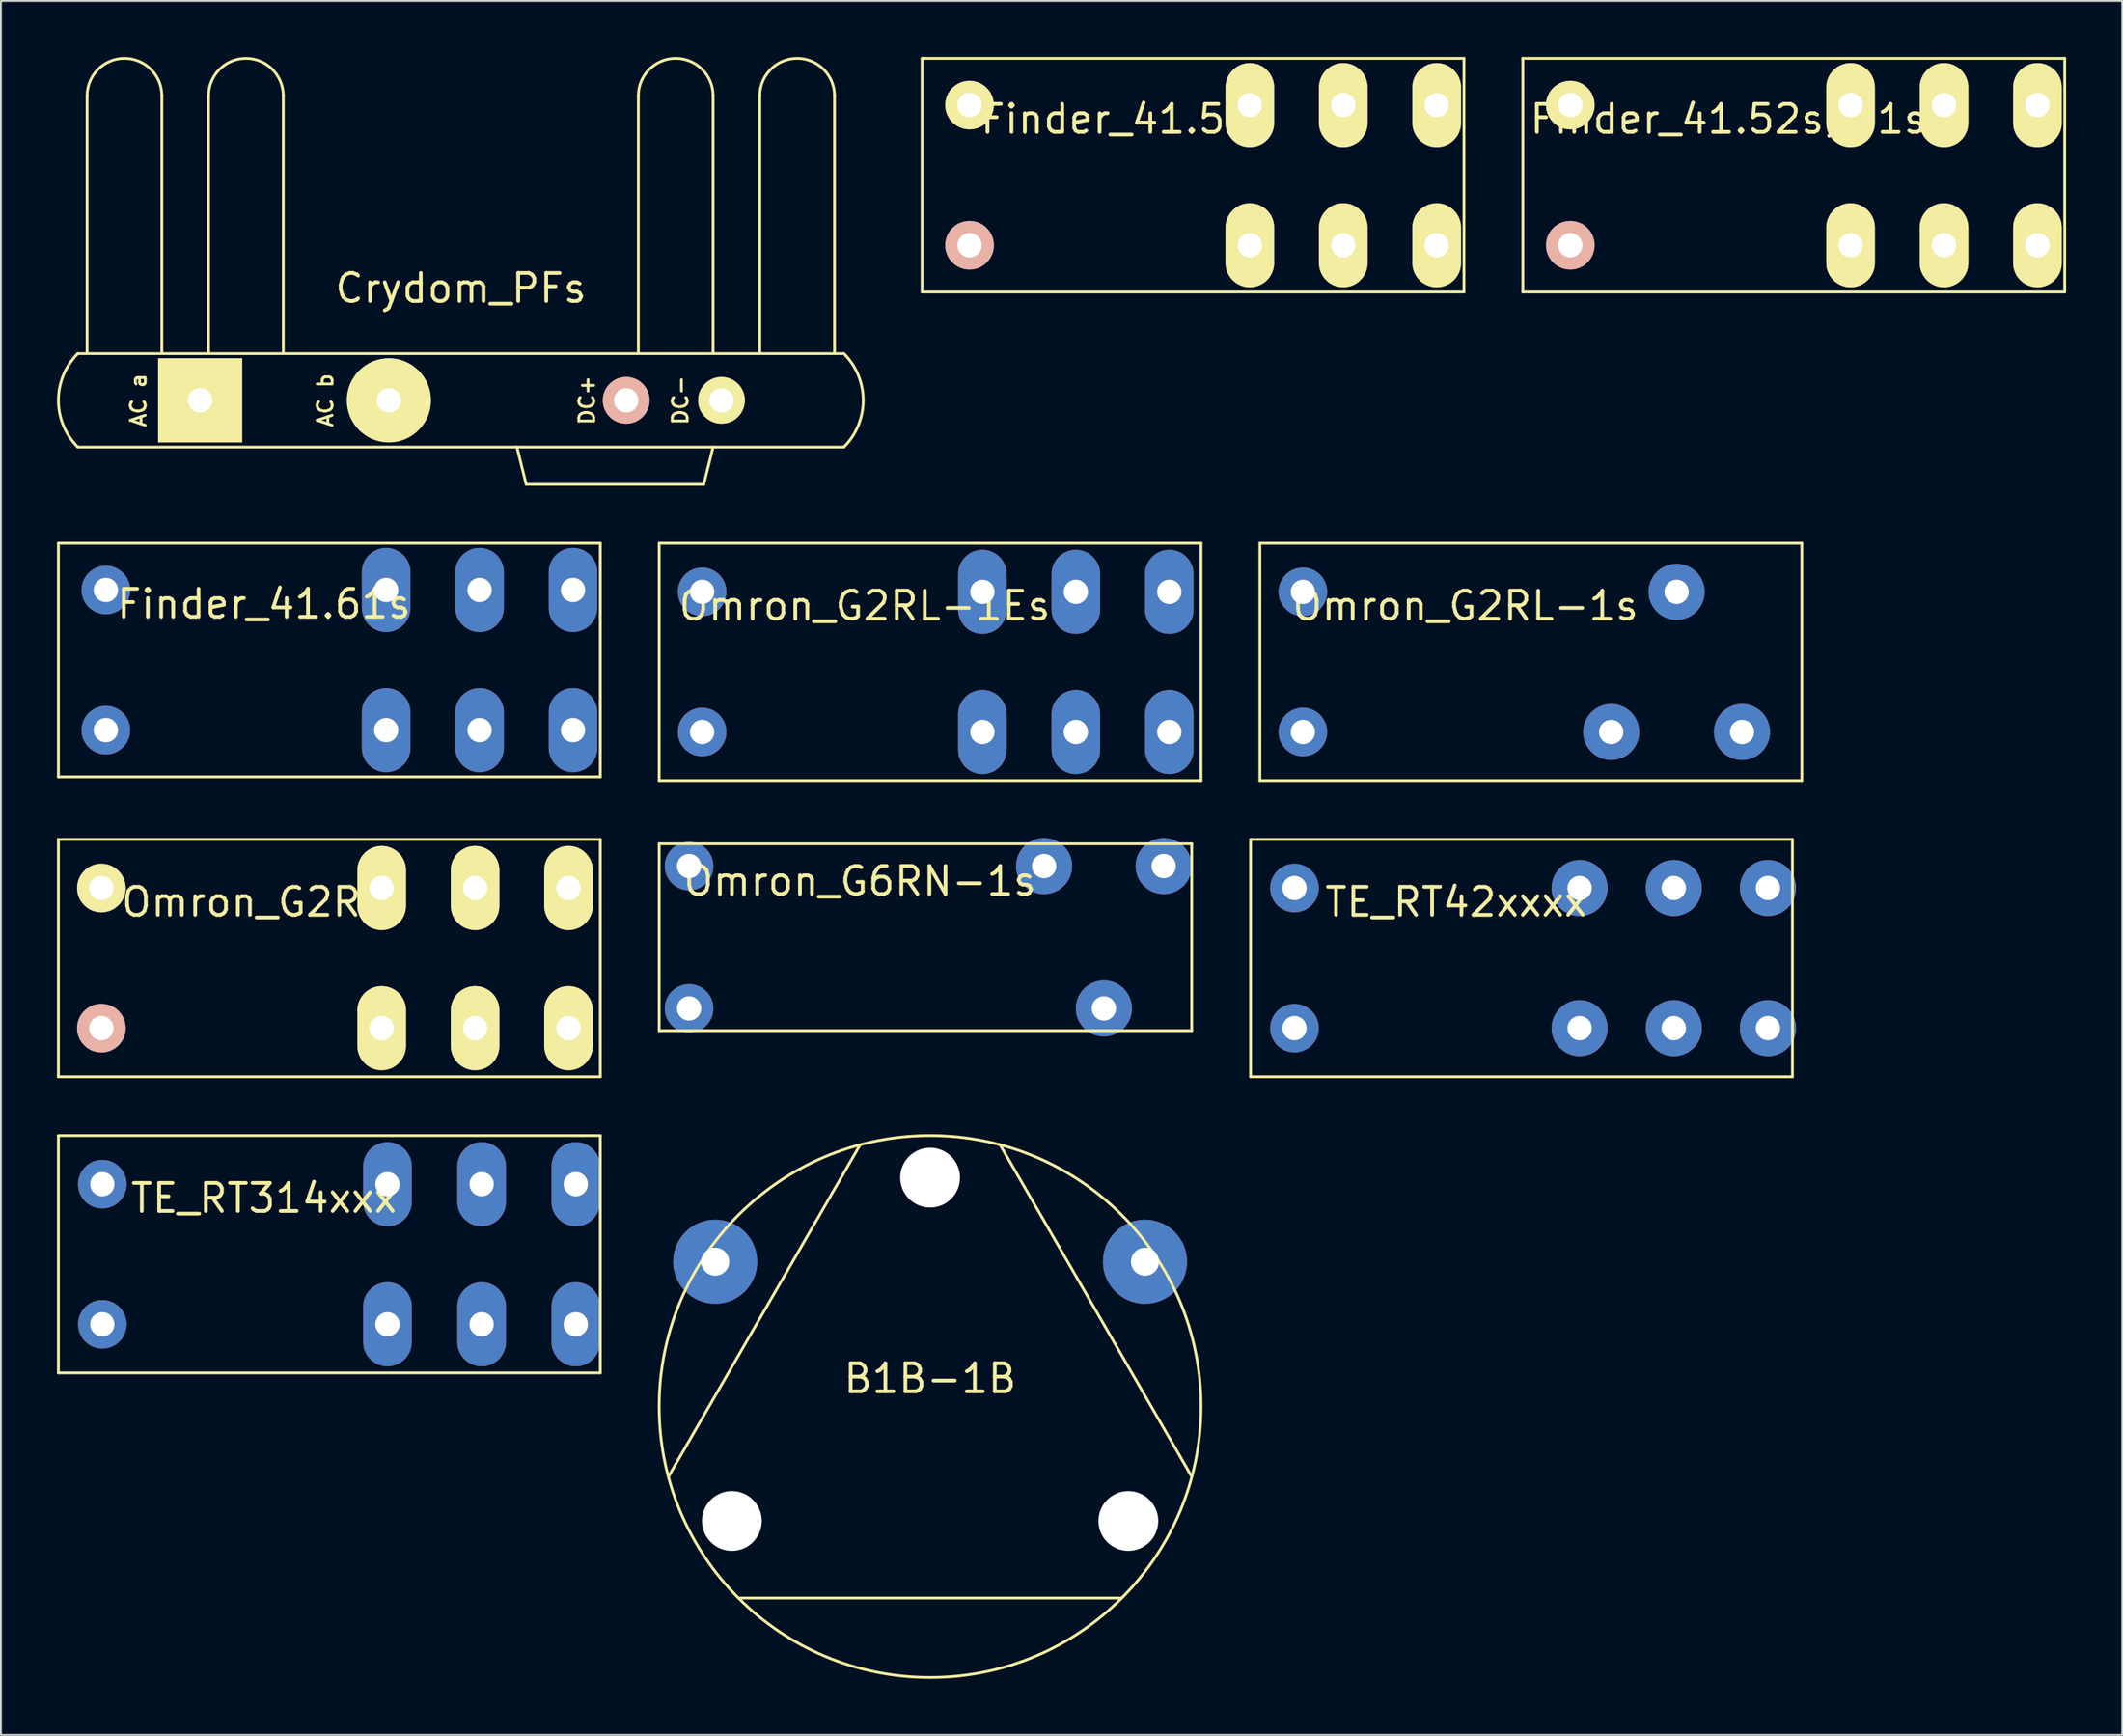
<source format=kicad_pcb>
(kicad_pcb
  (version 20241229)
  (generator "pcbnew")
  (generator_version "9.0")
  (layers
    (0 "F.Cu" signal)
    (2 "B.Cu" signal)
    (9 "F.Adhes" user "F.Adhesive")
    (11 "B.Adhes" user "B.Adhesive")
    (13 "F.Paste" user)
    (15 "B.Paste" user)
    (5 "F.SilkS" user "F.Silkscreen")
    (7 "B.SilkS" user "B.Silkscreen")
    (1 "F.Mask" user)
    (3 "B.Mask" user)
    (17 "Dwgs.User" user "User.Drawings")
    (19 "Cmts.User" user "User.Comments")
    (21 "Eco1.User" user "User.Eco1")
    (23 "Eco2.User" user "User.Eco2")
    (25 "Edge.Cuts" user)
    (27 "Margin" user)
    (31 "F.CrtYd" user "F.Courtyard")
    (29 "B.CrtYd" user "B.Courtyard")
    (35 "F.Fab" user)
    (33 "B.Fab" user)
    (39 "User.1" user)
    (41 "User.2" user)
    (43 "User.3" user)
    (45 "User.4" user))
  (footprint "TE_RT314xxx"
    (layer "F.Cu")
    (at 14.575 64.075)
    (property "Reference" "TE_RT314xxx" (at -3.5 -3 0) (layer "F.SilkS") (effects (font (size 1.5 1.5) (thickness 0.2))))
    (attr through_hole)
    (fp_line (start -14.5 -6.35) (end -14.5 6.35) (stroke (width 0.15) (type solid)) (layer "F.SilkS"))
    (fp_line (start -14.5 -6.35) (end 14.5 -6.35) (stroke (width 0.15) (type solid)) (layer "F.SilkS"))
    (fp_line (start -14.5 6.35) (end 14.5 6.35) (stroke (width 0.15) (type solid)) (layer "F.SilkS"))
    (fp_line (start 14.5 -6.35) (end 14.5 6.35) (stroke (width 0.15) (type solid)) (layer "F.SilkS"))
    (pad "11" thru_hole oval (at 8.15 -3.75) (size 2.6 4.5) (drill 1.3) (layers "*.Cu" "*.Mask"))
    (pad "11" thru_hole oval (at 8.15 3.75) (size 2.6 4.5) (drill 1.3) (layers "*.Cu" "*.Mask"))
    (pad "12" thru_hole oval (at 3.11 -3.75) (size 2.6 4.5) (drill 1.3) (layers "*.Cu" "*.Mask"))
    (pad "12" thru_hole oval (at 3.11 3.75) (size 2.6 4.5) (drill 1.3) (layers "*.Cu" "*.Mask"))
    (pad "14" thru_hole oval (at 13.19 -3.75) (size 2.6 4.5) (drill 1.3) (layers "*.Cu" "*.Mask"))
    (pad "14" thru_hole oval (at 13.19 3.75) (size 2.6 4.5) (drill 1.3) (layers "*.Cu" "*.Mask"))
    (pad "A1" thru_hole circle (at -12.15 3.75) (size 2.6 2.6) (drill 1.3) (layers "*.Cu" "*.Mask"))
    (pad "A2" thru_hole circle (at -12.15 -3.75) (size 2.6 2.6) (drill 1.3) (layers "*.Cu" "*.Mask")))
  (footprint "Omron_G2RL-1s"
    (layer "F.Cu")
    (at 78.875 32.375)
    (property "Reference" "Omron_G2RL-1s" (at -3.5 -3 0) (layer "F.SilkS") (effects (font (size 1.5 1.5) (thickness 0.2))))
    (attr through_hole)
    (fp_line (start -14.5 -6.35) (end -14.5 6.35) (stroke (width 0.15) (type solid)) (layer "F.SilkS"))
    (fp_line (start -14.5 -6.35) (end 14.5 -6.35) (stroke (width 0.15) (type solid)) (layer "F.SilkS"))
    (fp_line (start -14.5 6.35) (end 14.5 6.35) (stroke (width 0.15) (type solid)) (layer "F.SilkS"))
    (fp_line (start 14.5 -6.35) (end 14.5 6.35) (stroke (width 0.15) (type solid)) (layer "F.SilkS"))
    (pad "11" thru_hole circle (at 7.8 -3.75) (size 3 3) (drill 1.3) (layers "*.Cu" "*.Mask"))
    (pad "12" thru_hole circle (at 4.3 3.75) (size 3 3) (drill 1.3) (layers "*.Cu" "*.Mask"))
    (pad "14" thru_hole circle (at 11.3 3.75) (size 3 3) (drill 1.3) (layers "*.Cu" "*.Mask"))
    (pad "A1" thru_hole circle (at -12.2 3.75) (size 2.6 2.6) (drill 1.3) (layers "*.Cu" "*.Mask"))
    (pad "A2" thru_hole circle (at -12.2 -3.75) (size 2.6 2.6) (drill 1.3) (layers "*.Cu" "*.Mask")))
  (footprint "Omron_G2RLs"
    (layer "F.Cu")
    (at 14.575 48.225)
    (property "Reference" "Omron_G2RLs" (at -3.5 -3 0) (layer "F.SilkS") (effects (font (size 1.5 1.5) (thickness 0.2))))
    (attr through_hole)
    (fp_line (start -14.5 -6.35) (end -14.5 6.35) (stroke (width 0.15) (type solid)) (layer "F.SilkS"))
    (fp_line (start -14.5 -6.35) (end 14.5 -6.35) (stroke (width 0.15) (type solid)) (layer "F.SilkS"))
    (fp_line (start -14.5 6.35) (end 14.5 6.35) (stroke (width 0.15) (type solid)) (layer "F.SilkS"))
    (fp_line (start 14.5 -6.35) (end 14.5 6.35) (stroke (width 0.15) (type solid)) (layer "F.SilkS"))
    (pad "11" thru_hole oval (at 7.8 -3.75) (size 2.6 4.5) (drill 1.3) (layers "*.Cu" "*.Mask" "F.SilkS"))
    (pad "11" thru_hole oval (at 7.8 3.75) (size 2.6 4.5) (drill 1.3) (layers "*.Cu" "*.Mask" "F.SilkS"))
    (pad "12" thru_hole oval (at 2.8 -3.75) (size 2.6 4.5) (drill 1.3) (layers "*.Cu" "*.Mask" "F.SilkS"))
    (pad "12" thru_hole oval (at 2.8 3.75) (size 2.6 4.5) (drill 1.3) (layers "*.Cu" "*.Mask" "F.SilkS"))
    (pad "14" thru_hole oval (at 12.8 -3.75) (size 2.6 4.5) (drill 1.3) (layers "*.Cu" "*.Mask" "F.SilkS"))
    (pad "14" thru_hole oval (at 12.8 3.75) (size 2.6 4.5) (drill 1.3) (layers "*.Cu" "*.Mask" "F.SilkS"))
    (pad "A1" thru_hole circle (at -12.2 3.75) (size 2.6 2.6) (drill 1.3) (layers "*.Cu" "*.Mask" "B.SilkS"))
    (pad "A2" thru_hole circle (at -12.2 -3.75) (size 2.6 2.6) (drill 1.3) (layers "*.Cu" "*.Mask" "F.SilkS")))
  (footprint "В1В-1В"
    (layer "F.Cu")
    (at 46.725 72.225)
    (property "Reference" "В1В-1В" (at 0 -1.5 0) (layer "F.SilkS") (effects (font (size 1.5 1.5) (thickness 0.2))))
    (attr through_hole)
    (fp_line (start -14 3.75) (end -3.75 -14) (stroke (width 0.15) (type solid)) (layer "F.SilkS"))
    (fp_line (start -10.25 10.25) (end 10.25 10.25) (stroke (width 0.15) (type solid)) (layer "F.SilkS"))
    (fp_line (start 14 3.75) (end 3.75 -14) (stroke (width 0.15) (type solid)) (layer "F.SilkS"))
    (fp_circle (center 0 0) (end 14.5 0) (stroke (width 0.15) (type solid)) (fill no) (layer "F.SilkS"))
    (pad "" np_thru_hole circle (at -10.609 6.125) (size 3.2 3.2) (drill 3.2) (layers "*.Cu" "*.Mask"))
    (pad "" np_thru_hole circle (at 0 -12.25) (size 3.2 3.2) (drill 3.2) (layers "*.Cu" "*.Mask"))
    (pad "" np_thru_hole circle (at 10.609 6.125) (size 3.2 3.2) (drill 3.2) (layers "*.Cu" "*.Mask"))
    (pad "A1" thru_hole circle (at -11.5 -7.75) (size 4.5 4.5) (drill 1.5) (layers "*.Cu" "*.Mask"))
    (pad "A2" thru_hole circle (at 11.5 -7.75) (size 4.5 4.5) (drill 1.5) (layers "*.Cu" "*.Mask")))
  (footprint "Crydom_PFs"
    (layer "F.Cu")
    (at 21.611 18.375)
    (property "Reference" "Crydom_PFs" (at 0 -6 0) (layer "F.SilkS") (effects (font (size 1.5 1.5) (thickness 0.2))))
    (attr through_hole)
    (fp_line (start -20.5 -2.5) (end 20.5 -2.5) (stroke (width 0.15) (type solid)) (layer "F.SilkS"))
    (fp_line (start -20 -16.3) (end -20 -2.5) (stroke (width 0.15) (type solid)) (layer "F.SilkS"))
    (fp_line (start -16 -16.3) (end -16 -2.5) (stroke (width 0.15) (type solid)) (layer "F.SilkS"))
    (fp_line (start -13.5 -16.3) (end -13.5 -2.5) (stroke (width 0.15) (type solid)) (layer "F.SilkS"))
    (fp_line (start -9.5 -16.3) (end -9.5 -2.5) (stroke (width 0.15) (type solid)) (layer "F.SilkS"))
    (fp_line (start 3.5 4.5) (end 3 2.5) (stroke (width 0.15) (type solid)) (layer "F.SilkS"))
    (fp_line (start 9.5 -16.3) (end 9.5 -2.5) (stroke (width 0.15) (type solid)) (layer "F.SilkS"))
    (fp_line (start 13 4.5) (end 3.5 4.5) (stroke (width 0.15) (type solid)) (layer "F.SilkS"))
    (fp_line (start 13 4.5) (end 13.5 2.5) (stroke (width 0.15) (type solid)) (layer "F.SilkS"))
    (fp_line (start 13.5 -16.3) (end 13.5 -2.5) (stroke (width 0.15) (type solid)) (layer "F.SilkS"))
    (fp_line (start 16 -16.3) (end 16 -2.5) (stroke (width 0.15) (type solid)) (layer "F.SilkS"))
    (fp_line (start 20 -16.3) (end 20 -2.5) (stroke (width 0.15) (type solid)) (layer "F.SilkS"))
    (fp_line (start 20.5 2.5) (end -20.5 2.5) (stroke (width 0.15) (type solid)) (layer "F.SilkS"))
    (fp_arc (start -20.5 2.5) (mid -21.535534 0) (end -20.5 -2.5) (stroke (width 0.15) (type solid)) (layer "F.SilkS"))
    (fp_arc (start -20 -16.3) (mid -18 -18.3) (end -16 -16.3) (stroke (width 0.15) (type solid)) (layer "F.SilkS"))
    (fp_arc (start -13.5 -16.3) (mid -11.5 -18.3) (end -9.5 -16.3) (stroke (width 0.15) (type solid)) (layer "F.SilkS"))
    (fp_arc (start 9.5 -16.3) (mid 11.5 -18.3) (end 13.5 -16.3) (stroke (width 0.15) (type solid)) (layer "F.SilkS"))
    (fp_arc (start 16 -16.3) (mid 18 -18.3) (end 20 -16.3) (stroke (width 0.15) (type solid)) (layer "F.SilkS"))
    (fp_arc (start 20.5 -2.5) (mid 21.535534 0) (end 20.5 2.5) (stroke (width 0.15) (type solid)) (layer "F.SilkS"))
    (fp_text user "AC b" (at -7.25 0 90) (layer "F.SilkS") (effects (font (size 0.8 0.8) (thickness 0.15))))
    (fp_text user "AC a" (at -17.25 0 90) (layer "F.SilkS") (effects (font (size 0.8 0.8) (thickness 0.15))))
    (fp_text user "DC+" (at 6.75 0 90) (layer "F.SilkS") (effects (font (size 0.8 0.8) (thickness 0.15))))
    (fp_text user "DC-" (at 11.75 0 90) (layer "F.SilkS") (effects (font (size 0.8 0.8) (thickness 0.15))))
    (pad "1" thru_hole rect (at -13.95 0) (size 4.5 4.5) (drill 1.3) (layers "*.Cu" "*.Mask" "F.SilkS"))
    (pad "2" thru_hole circle (at -3.85 0) (size 4.5 4.5) (drill 1.3) (layers "*.Cu" "*.Mask" "F.SilkS"))
    (pad "3" thru_hole circle (at 8.85 0) (size 2.5 2.5) (drill 1.3) (layers "*.Cu" "*.Mask" "B.SilkS"))
    (pad "4" thru_hole circle (at 13.95 0) (size 2.5 2.5) (drill 1.3) (layers "*.Cu" "*.Mask" "F.SilkS")))
  (footprint "Finder_41.61s"
    (layer "F.Cu")
    (at 14.575 32.275)
    (property "Reference" "Finder_41.61s" (at -3.5 -3 0) (layer "F.SilkS") (effects (font (size 1.5 1.5) (thickness 0.2))))
    (attr through_hole)
    (fp_line (start -14.5 -6.25) (end -14.5 6.25) (stroke (width 0.15) (type solid)) (layer "F.SilkS"))
    (fp_line (start -14.5 -6.25) (end 14.5 -6.25) (stroke (width 0.15) (type solid)) (layer "F.SilkS"))
    (fp_line (start -14.5 6.25) (end 14.5 6.25) (stroke (width 0.15) (type solid)) (layer "F.SilkS"))
    (fp_line (start 14.5 -6.25) (end 14.5 6.25) (stroke (width 0.15) (type solid)) (layer "F.SilkS"))
    (pad "11" thru_hole oval (at 8.04 -3.75) (size 2.6 4.5) (drill 1.3) (layers "*.Cu" "*.Mask"))
    (pad "11" thru_hole oval (at 8.04 3.75) (size 2.6 4.5) (drill 1.3) (layers "*.Cu" "*.Mask"))
    (pad "12" thru_hole oval (at 3.04 -3.75) (size 2.6 4.5) (drill 1.3) (layers "*.Cu" "*.Mask"))
    (pad "12" thru_hole oval (at 3.04 3.75) (size 2.6 4.5) (drill 1.3) (layers "*.Cu" "*.Mask"))
    (pad "14" thru_hole oval (at 13.04 -3.75) (size 2.6 4.5) (drill 1.3) (layers "*.Cu" "*.Mask"))
    (pad "14" thru_hole oval (at 13.04 3.75) (size 2.6 4.5) (drill 1.3) (layers "*.Cu" "*.Mask"))
    (pad "A1" thru_hole circle (at -11.96 3.75) (size 2.6 2.6) (drill 1.3) (layers "*.Cu" "*.Mask"))
    (pad "A2" thru_hole circle (at -11.96 -3.75) (size 2.6 2.6) (drill 1.3) (layers "*.Cu" "*.Mask")))
  (footprint "Omron_G2RL-1Es"
    (layer "F.Cu")
    (at 46.725 32.375)
    (property "Reference" "Omron_G2RL-1Es" (at -3.5 -3 0) (layer "F.SilkS") (effects (font (size 1.5 1.5) (thickness 0.2))))
    (attr through_hole)
    (fp_line (start -14.5 -6.35) (end -14.5 6.35) (stroke (width 0.15) (type solid)) (layer "F.SilkS"))
    (fp_line (start -14.5 -6.35) (end 14.5 -6.35) (stroke (width 0.15) (type solid)) (layer "F.SilkS"))
    (fp_line (start -14.5 6.35) (end 14.5 6.35) (stroke (width 0.15) (type solid)) (layer "F.SilkS"))
    (fp_line (start 14.5 -6.35) (end 14.5 6.35) (stroke (width 0.15) (type solid)) (layer "F.SilkS"))
    (pad "11" thru_hole oval (at 7.8 -3.75) (size 2.6 4.5) (drill 1.3) (layers "*.Cu" "*.Mask"))
    (pad "11" thru_hole oval (at 7.8 3.75) (size 2.6 4.5) (drill 1.3) (layers "*.Cu" "*.Mask"))
    (pad "12" thru_hole oval (at 2.8 -3.75) (size 2.6 4.5) (drill 1.3) (layers "*.Cu" "*.Mask"))
    (pad "12" thru_hole oval (at 2.8 3.75) (size 2.6 4.5) (drill 1.3) (layers "*.Cu" "*.Mask"))
    (pad "14" thru_hole oval (at 12.8 -3.75) (size 2.6 4.5) (drill 1.3) (layers "*.Cu" "*.Mask"))
    (pad "14" thru_hole oval (at 12.8 3.75) (size 2.6 4.5) (drill 1.3) (layers "*.Cu" "*.Mask"))
    (pad "A1" thru_hole circle (at -12.2 3.75) (size 2.6 2.6) (drill 1.3) (layers "*.Cu" "*.Mask"))
    (pad "A2" thru_hole circle (at -12.2 -3.75) (size 2.6 2.6) (drill 1.3) (layers "*.Cu" "*.Mask")))
  (footprint "Finder_41.52s,.61s"
    (layer "F.Cu")
    (at 92.946 6.325)
    (property "Reference" "Finder_41.52s,.61s" (at -3.5 -3 0) (layer "F.SilkS") (effects (font (size 1.5 1.5) (thickness 0.2))))
    (attr through_hole)
    (fp_line (start -14.5 -6.25) (end -14.5 6.25) (stroke (width 0.15) (type solid)) (layer "F.SilkS"))
    (fp_line (start -14.5 -6.25) (end 14.5 -6.25) (stroke (width 0.15) (type solid)) (layer "F.SilkS"))
    (fp_line (start -14.5 6.25) (end 14.5 6.25) (stroke (width 0.15) (type solid)) (layer "F.SilkS"))
    (fp_line (start 14.5 -6.25) (end 14.5 6.25) (stroke (width 0.15) (type solid)) (layer "F.SilkS"))
    (pad "11" thru_hole oval (at 8.04 3.75) (size 2.6 4.5) (drill 1.3) (layers "*.Cu" "*.Mask" "F.SilkS"))
    (pad "12" thru_hole oval (at 3.04 3.75) (size 2.6 4.5) (drill 1.3) (layers "*.Cu" "*.Mask" "F.SilkS"))
    (pad "14" thru_hole oval (at 13.04 3.75) (size 2.6 4.5) (drill 1.3) (layers "*.Cu" "*.Mask" "F.SilkS"))
    (pad "21" thru_hole oval (at 8.04 -3.75) (size 2.6 4.5) (drill 1.3) (layers "*.Cu" "*.Mask" "F.SilkS"))
    (pad "22" thru_hole oval (at 3.04 -3.75) (size 2.6 4.5) (drill 1.3) (layers "*.Cu" "*.Mask" "F.SilkS"))
    (pad "24" thru_hole oval (at 13.04 -3.75) (size 2.6 4.5) (drill 1.3) (layers "*.Cu" "*.Mask" "F.SilkS"))
    (pad "A1" thru_hole circle (at -11.96 3.75) (size 2.6 2.6) (drill 1.3) (layers "*.Cu" "*.Mask" "B.SilkS"))
    (pad "A2" thru_hole circle (at -11.96 -3.75) (size 2.6 2.6) (drill 1.3) (layers "*.Cu" "*.Mask" "F.SilkS")))
  (footprint "Finder_41.52s"
    (layer "F.Cu")
    (at 60.796 6.325)
    (property "Reference" "Finder_41.52s" (at -3.5 -3 0) (layer "F.SilkS") (effects (font (size 1.5 1.5) (thickness 0.2))))
    (attr through_hole)
    (fp_line (start -14.5 -6.25) (end -14.5 6.25) (stroke (width 0.15) (type solid)) (layer "F.SilkS"))
    (fp_line (start -14.5 -6.25) (end 14.5 -6.25) (stroke (width 0.15) (type solid)) (layer "F.SilkS"))
    (fp_line (start -14.5 6.25) (end 14.5 6.25) (stroke (width 0.15) (type solid)) (layer "F.SilkS"))
    (fp_line (start 14.5 -6.25) (end 14.5 6.25) (stroke (width 0.15) (type solid)) (layer "F.SilkS"))
    (pad "11" thru_hole oval (at 8.04 3.75) (size 2.6 4.5) (drill 1.3) (layers "*.Cu" "*.Mask" "F.SilkS"))
    (pad "12" thru_hole oval (at 3.04 3.75) (size 2.6 4.5) (drill 1.3) (layers "*.Cu" "*.Mask" "F.SilkS"))
    (pad "14" thru_hole oval (at 13.04 3.75) (size 2.6 4.5) (drill 1.3) (layers "*.Cu" "*.Mask" "F.SilkS"))
    (pad "21" thru_hole oval (at 8.04 -3.75) (size 2.6 4.5) (drill 1.3) (layers "*.Cu" "*.Mask" "F.SilkS"))
    (pad "22" thru_hole oval (at 3.04 -3.75) (size 2.6 4.5) (drill 1.3) (layers "*.Cu" "*.Mask" "F.SilkS"))
    (pad "24" thru_hole oval (at 13.04 -3.75) (size 2.6 4.5) (drill 1.3) (layers "*.Cu" "*.Mask" "F.SilkS"))
    (pad "A1" thru_hole circle (at -11.96 3.75) (size 2.6 2.6) (drill 1.3) (layers "*.Cu" "*.Mask" "B.SilkS"))
    (pad "A2" thru_hole circle (at -11.96 -3.75) (size 2.6 2.6) (drill 1.3) (layers "*.Cu" "*.Mask" "F.SilkS")))
  (footprint "Omron_G6RN-1s"
    (layer "F.Cu")
    (at 46.475 47.11)
    (property "Reference" "Omron_G6RN-1s" (at -3.5 -3 0) (layer "F.SilkS") (effects (font (size 1.5 1.5) (thickness 0.2))))
    (attr through_hole)
    (fp_line (start -14.25 -5) (end -14.25 5) (stroke (width 0.15) (type solid)) (layer "F.SilkS"))
    (fp_line (start -14.25 -5) (end 14.25 -5) (stroke (width 0.15) (type solid)) (layer "F.SilkS"))
    (fp_line (start -14.25 5) (end 14.25 5) (stroke (width 0.15) (type solid)) (layer "F.SilkS"))
    (fp_line (start 14.25 -5) (end 14.25 5) (stroke (width 0.15) (type solid)) (layer "F.SilkS"))
    (pad "11" thru_hole circle (at 9.55 3.81) (size 3 3) (drill 1.3) (layers "*.Cu" "*.Mask"))
    (pad "12" thru_hole circle (at 6.35 -3.81) (size 3 3) (drill 1.3) (layers "*.Cu" "*.Mask"))
    (pad "14" thru_hole circle (at 12.75 -3.81) (size 3 3) (drill 1.3) (layers "*.Cu" "*.Mask"))
    (pad "A1" thru_hole circle (at -12.65 3.81) (size 2.6 2.6) (drill 1.3) (layers "*.Cu" "*.Mask"))
    (pad "A2" thru_hole circle (at -12.65 -3.81) (size 2.6 2.6) (drill 1.3) (layers "*.Cu" "*.Mask")))
  (footprint "TE_RT42xxxx"
    (layer "F.Cu")
    (at 78.375 48.225)
    (property "Reference" "TE_RT42xxxx" (at -3.5 -3 0) (layer "F.SilkS") (effects (font (size 1.5 1.5) (thickness 0.2))))
    (attr through_hole)
    (fp_line (start -14.5 -6.35) (end -14.5 6.35) (stroke (width 0.15) (type solid)) (layer "F.SilkS"))
    (fp_line (start -14.5 -6.35) (end 14.5 -6.35) (stroke (width 0.15) (type solid)) (layer "F.SilkS"))
    (fp_line (start -14.5 6.35) (end 14.5 6.35) (stroke (width 0.15) (type solid)) (layer "F.SilkS"))
    (fp_line (start 14.5 -6.35) (end 14.5 6.35) (stroke (width 0.15) (type solid)) (layer "F.SilkS"))
    (pad "11" thru_hole circle (at 8.15 3.75) (size 3 3) (drill 1.3) (layers "*.Cu" "*.Mask"))
    (pad "12" thru_hole circle (at 3.11 3.75) (size 3 3) (drill 1.3) (layers "*.Cu" "*.Mask"))
    (pad "14" thru_hole circle (at 13.19 3.75) (size 3 3) (drill 1.3) (layers "*.Cu" "*.Mask"))
    (pad "21" thru_hole circle (at 8.15 -3.75) (size 3 3) (drill 1.3) (layers "*.Cu" "*.Mask"))
    (pad "22" thru_hole circle (at 3.11 -3.75) (size 3 3) (drill 1.3) (layers "*.Cu" "*.Mask"))
    (pad "24" thru_hole circle (at 13.19 -3.75) (size 3 3) (drill 1.3) (layers "*.Cu" "*.Mask"))
    (pad "A1" thru_hole circle (at -12.15 3.75) (size 2.6 2.6) (drill 1.3) (layers "*.Cu" "*.Mask"))
    (pad "A2" thru_hole circle (at -12.15 -3.75) (size 2.6 2.6) (drill 1.3) (layers "*.Cu" "*.Mask")))
  (gr_rect
    (start -3 -3)
    (end 110.521 89.8)
    (stroke (width 0.1) (type default))
    (fill no)
    (layer "Edge.Cuts")))
</source>
